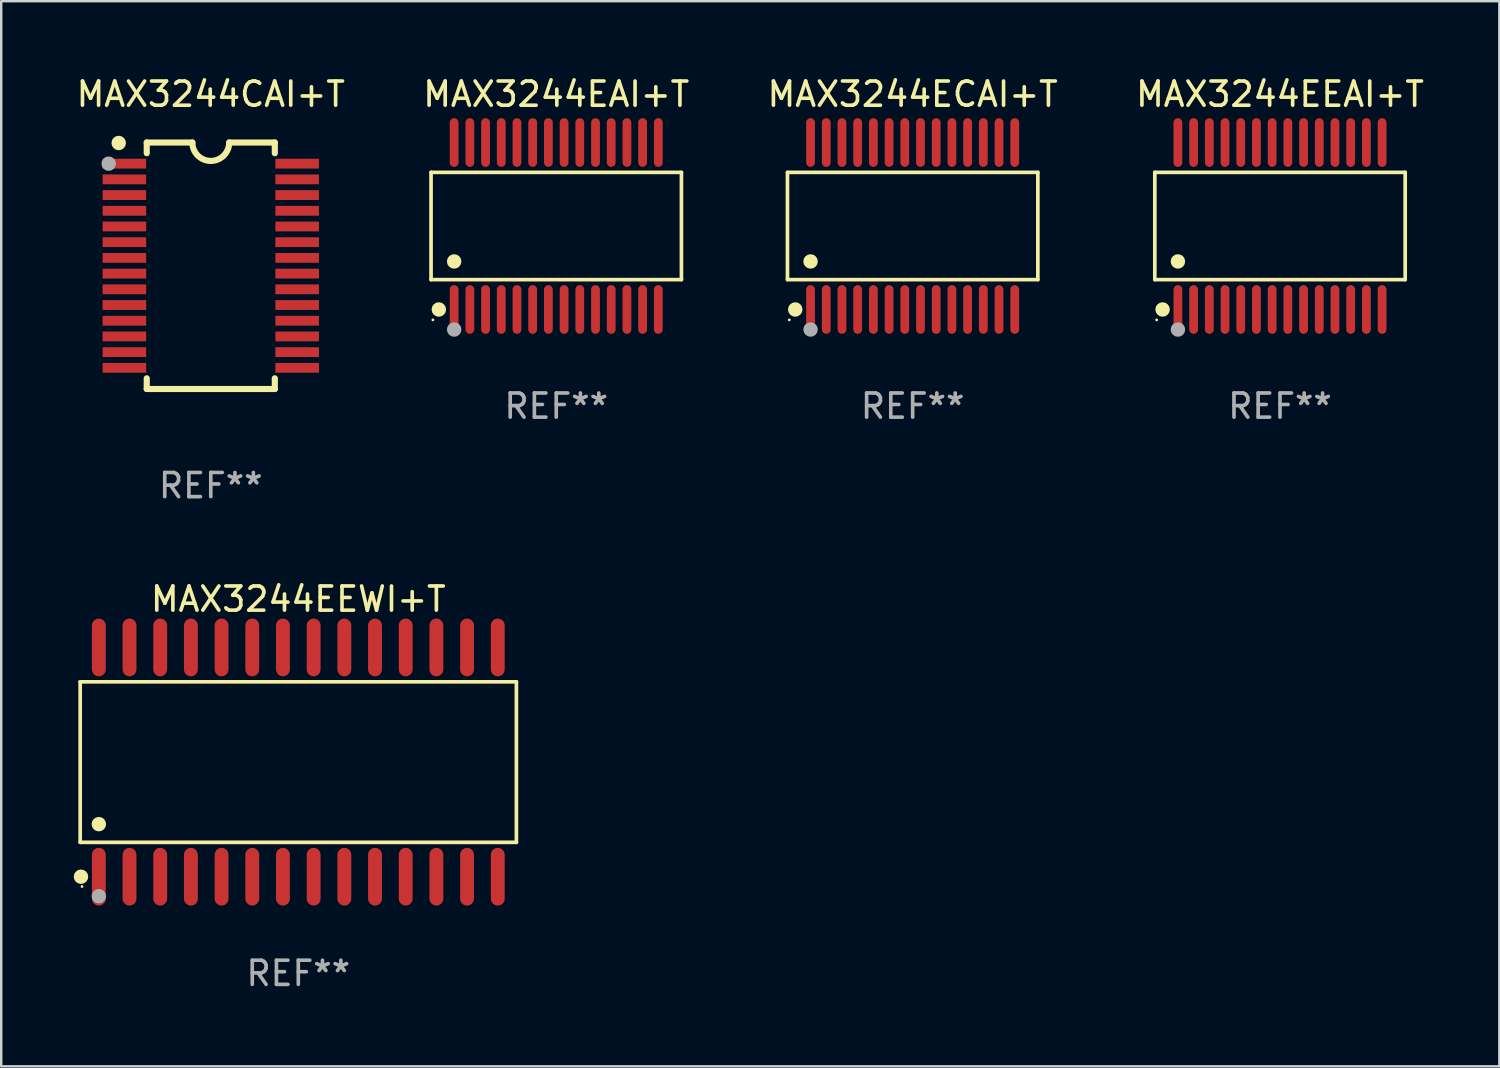
<source format=kicad_pcb>
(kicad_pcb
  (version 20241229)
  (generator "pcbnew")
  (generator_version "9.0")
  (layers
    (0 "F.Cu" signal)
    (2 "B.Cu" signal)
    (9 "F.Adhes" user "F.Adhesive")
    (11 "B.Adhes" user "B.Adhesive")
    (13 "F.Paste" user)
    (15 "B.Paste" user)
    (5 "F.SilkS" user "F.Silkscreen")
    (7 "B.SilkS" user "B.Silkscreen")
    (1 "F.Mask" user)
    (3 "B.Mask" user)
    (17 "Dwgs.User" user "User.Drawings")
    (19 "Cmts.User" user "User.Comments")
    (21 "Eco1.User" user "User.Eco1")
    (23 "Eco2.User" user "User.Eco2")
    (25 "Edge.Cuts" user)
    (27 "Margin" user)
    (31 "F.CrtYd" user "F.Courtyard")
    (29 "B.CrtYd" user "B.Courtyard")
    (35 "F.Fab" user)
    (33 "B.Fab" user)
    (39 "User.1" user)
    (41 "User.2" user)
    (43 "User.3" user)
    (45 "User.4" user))
  (footprint "MAX3244ECAI+T"
    (layer "F.Cu")
    (at 34.72 6.303)
    (property "Reference" "MAX3244ECAI+T" (at 0 -5.455 0) (layer "F.SilkS") (effects (font (size 1 1) (thickness 0.15))))
    (attr through_hole)
    (fp_line (start -5.181 -2.219) (end 5.181 -2.219) (stroke (width 0.152) (type solid)) (layer "F.SilkS"))
    (fp_line (start -5.181 2.219) (end -5.181 -2.219) (stroke (width 0.152) (type solid)) (layer "F.SilkS"))
    (fp_line (start 5.181 -2.219) (end 5.181 2.219) (stroke (width 0.152) (type solid)) (layer "F.SilkS"))
    (fp_line (start 5.181 2.219) (end -5.181 2.219) (stroke (width 0.152) (type solid)) (layer "F.SilkS"))
    (fp_circle (center -5.105 3.885) (end -5.075 3.885) (stroke (width 0.06) (type solid)) (fill no) (layer "F.SilkS"))
    (fp_circle (center -4.859 3.455) (end -4.709 3.455) (stroke (width 0.3) (type solid)) (fill no) (layer "F.SilkS"))
    (fp_circle (center -4.225 1.467) (end -4.075 1.467) (stroke (width 0.3) (type solid)) (fill no) (layer "F.SilkS"))
    (fp_circle (center -4.225 4.285) (end -4.075 4.285) (stroke (width 0.3) (type solid)) (fill no) (layer "F.Fab"))
    (fp_text user "REF**" (at 0 7.455 0) (layer "F.Fab") (effects (font (size 1 1) (thickness 0.15))))
    (pad "1" smd oval (at -4.225 3.455) (size 0.364 2.015) (layers "F.Cu" "F.Mask" "F.Paste"))
    (pad "2" smd oval (at -3.575 3.455) (size 0.364 2.015) (layers "F.Cu" "F.Mask" "F.Paste"))
    (pad "3" smd oval (at -2.925 3.455) (size 0.364 2.015) (layers "F.Cu" "F.Mask" "F.Paste"))
    (pad "4" smd oval (at -2.275 3.455) (size 0.364 2.015) (layers "F.Cu" "F.Mask" "F.Paste"))
    (pad "5" smd oval (at -1.625 3.455) (size 0.364 2.015) (layers "F.Cu" "F.Mask" "F.Paste"))
    (pad "6" smd oval (at -0.975 3.455) (size 0.364 2.015) (layers "F.Cu" "F.Mask" "F.Paste"))
    (pad "7" smd oval (at -0.325 3.455) (size 0.364 2.015) (layers "F.Cu" "F.Mask" "F.Paste"))
    (pad "8" smd oval (at 0.325 3.455) (size 0.364 2.015) (layers "F.Cu" "F.Mask" "F.Paste"))
    (pad "9" smd oval (at 0.975 3.455) (size 0.364 2.015) (layers "F.Cu" "F.Mask" "F.Paste"))
    (pad "10" smd oval (at 1.625 3.455) (size 0.364 2.015) (layers "F.Cu" "F.Mask" "F.Paste"))
    (pad "11" smd oval (at 2.275 3.455) (size 0.364 2.015) (layers "F.Cu" "F.Mask" "F.Paste"))
    (pad "12" smd oval (at 2.925 3.455) (size 0.364 2.015) (layers "F.Cu" "F.Mask" "F.Paste"))
    (pad "13" smd oval (at 3.575 3.455) (size 0.364 2.015) (layers "F.Cu" "F.Mask" "F.Paste"))
    (pad "14" smd oval (at 4.225 3.455) (size 0.364 2.015) (layers "F.Cu" "F.Mask" "F.Paste"))
    (pad "15" smd oval (at 4.225 -3.455) (size 0.364 2.015) (layers "F.Cu" "F.Mask" "F.Paste"))
    (pad "16" smd oval (at 3.575 -3.455) (size 0.364 2.015) (layers "F.Cu" "F.Mask" "F.Paste"))
    (pad "17" smd oval (at 2.925 -3.455) (size 0.364 2.015) (layers "F.Cu" "F.Mask" "F.Paste"))
    (pad "18" smd oval (at 2.275 -3.455) (size 0.364 2.015) (layers "F.Cu" "F.Mask" "F.Paste"))
    (pad "19" smd oval (at 1.625 -3.455) (size 0.364 2.015) (layers "F.Cu" "F.Mask" "F.Paste"))
    (pad "20" smd oval (at 0.975 -3.455) (size 0.364 2.015) (layers "F.Cu" "F.Mask" "F.Paste"))
    (pad "21" smd oval (at 0.325 -3.455) (size 0.364 2.015) (layers "F.Cu" "F.Mask" "F.Paste"))
    (pad "22" smd oval (at -0.325 -3.455) (size 0.364 2.015) (layers "F.Cu" "F.Mask" "F.Paste"))
    (pad "23" smd oval (at -0.975 -3.455) (size 0.364 2.015) (layers "F.Cu" "F.Mask" "F.Paste"))
    (pad "24" smd oval (at -1.625 -3.455) (size 0.364 2.015) (layers "F.Cu" "F.Mask" "F.Paste"))
    (pad "25" smd oval (at -2.275 -3.455) (size 0.364 2.015) (layers "F.Cu" "F.Mask" "F.Paste"))
    (pad "26" smd oval (at -2.925 -3.455) (size 0.364 2.015) (layers "F.Cu" "F.Mask" "F.Paste"))
    (pad "27" smd oval (at -3.575 -3.455) (size 0.364 2.015) (layers "F.Cu" "F.Mask" "F.Paste"))
    (pad "28" smd oval (at -4.225 -3.455) (size 0.364 2.015) (layers "F.Cu" "F.Mask" "F.Paste")))
  (footprint "MAX3244EEAI+T"
    (layer "F.Cu")
    (at 49.923 6.303)
    (property "Reference" "MAX3244EEAI+T" (at 0 -5.455 0) (layer "F.SilkS") (effects (font (size 1 1) (thickness 0.15))))
    (attr through_hole)
    (fp_line (start -5.181 -2.219) (end 5.181 -2.219) (stroke (width 0.152) (type solid)) (layer "F.SilkS"))
    (fp_line (start -5.181 2.219) (end -5.181 -2.219) (stroke (width 0.152) (type solid)) (layer "F.SilkS"))
    (fp_line (start 5.181 -2.219) (end 5.181 2.219) (stroke (width 0.152) (type solid)) (layer "F.SilkS"))
    (fp_line (start 5.181 2.219) (end -5.181 2.219) (stroke (width 0.152) (type solid)) (layer "F.SilkS"))
    (fp_circle (center -5.105 3.885) (end -5.075 3.885) (stroke (width 0.06) (type solid)) (fill no) (layer "F.SilkS"))
    (fp_circle (center -4.859 3.455) (end -4.709 3.455) (stroke (width 0.3) (type solid)) (fill no) (layer "F.SilkS"))
    (fp_circle (center -4.225 1.467) (end -4.075 1.467) (stroke (width 0.3) (type solid)) (fill no) (layer "F.SilkS"))
    (fp_circle (center -4.225 4.285) (end -4.075 4.285) (stroke (width 0.3) (type solid)) (fill no) (layer "F.Fab"))
    (fp_text user "REF**" (at 0 7.455 0) (layer "F.Fab") (effects (font (size 1 1) (thickness 0.15))))
    (pad "1" smd oval (at -4.225 3.455) (size 0.364 2.015) (layers "F.Cu" "F.Mask" "F.Paste"))
    (pad "2" smd oval (at -3.575 3.455) (size 0.364 2.015) (layers "F.Cu" "F.Mask" "F.Paste"))
    (pad "3" smd oval (at -2.925 3.455) (size 0.364 2.015) (layers "F.Cu" "F.Mask" "F.Paste"))
    (pad "4" smd oval (at -2.275 3.455) (size 0.364 2.015) (layers "F.Cu" "F.Mask" "F.Paste"))
    (pad "5" smd oval (at -1.625 3.455) (size 0.364 2.015) (layers "F.Cu" "F.Mask" "F.Paste"))
    (pad "6" smd oval (at -0.975 3.455) (size 0.364 2.015) (layers "F.Cu" "F.Mask" "F.Paste"))
    (pad "7" smd oval (at -0.325 3.455) (size 0.364 2.015) (layers "F.Cu" "F.Mask" "F.Paste"))
    (pad "8" smd oval (at 0.325 3.455) (size 0.364 2.015) (layers "F.Cu" "F.Mask" "F.Paste"))
    (pad "9" smd oval (at 0.975 3.455) (size 0.364 2.015) (layers "F.Cu" "F.Mask" "F.Paste"))
    (pad "10" smd oval (at 1.625 3.455) (size 0.364 2.015) (layers "F.Cu" "F.Mask" "F.Paste"))
    (pad "11" smd oval (at 2.275 3.455) (size 0.364 2.015) (layers "F.Cu" "F.Mask" "F.Paste"))
    (pad "12" smd oval (at 2.925 3.455) (size 0.364 2.015) (layers "F.Cu" "F.Mask" "F.Paste"))
    (pad "13" smd oval (at 3.575 3.455) (size 0.364 2.015) (layers "F.Cu" "F.Mask" "F.Paste"))
    (pad "14" smd oval (at 4.225 3.455) (size 0.364 2.015) (layers "F.Cu" "F.Mask" "F.Paste"))
    (pad "15" smd oval (at 4.225 -3.455) (size 0.364 2.015) (layers "F.Cu" "F.Mask" "F.Paste"))
    (pad "16" smd oval (at 3.575 -3.455) (size 0.364 2.015) (layers "F.Cu" "F.Mask" "F.Paste"))
    (pad "17" smd oval (at 2.925 -3.455) (size 0.364 2.015) (layers "F.Cu" "F.Mask" "F.Paste"))
    (pad "18" smd oval (at 2.275 -3.455) (size 0.364 2.015) (layers "F.Cu" "F.Mask" "F.Paste"))
    (pad "19" smd oval (at 1.625 -3.455) (size 0.364 2.015) (layers "F.Cu" "F.Mask" "F.Paste"))
    (pad "20" smd oval (at 0.975 -3.455) (size 0.364 2.015) (layers "F.Cu" "F.Mask" "F.Paste"))
    (pad "21" smd oval (at 0.325 -3.455) (size 0.364 2.015) (layers "F.Cu" "F.Mask" "F.Paste"))
    (pad "22" smd oval (at -0.325 -3.455) (size 0.364 2.015) (layers "F.Cu" "F.Mask" "F.Paste"))
    (pad "23" smd oval (at -0.975 -3.455) (size 0.364 2.015) (layers "F.Cu" "F.Mask" "F.Paste"))
    (pad "24" smd oval (at -1.625 -3.455) (size 0.364 2.015) (layers "F.Cu" "F.Mask" "F.Paste"))
    (pad "25" smd oval (at -2.275 -3.455) (size 0.364 2.015) (layers "F.Cu" "F.Mask" "F.Paste"))
    (pad "26" smd oval (at -2.925 -3.455) (size 0.364 2.015) (layers "F.Cu" "F.Mask" "F.Paste"))
    (pad "27" smd oval (at -3.575 -3.455) (size 0.364 2.015) (layers "F.Cu" "F.Mask" "F.Paste"))
    (pad "28" smd oval (at -4.225 -3.455) (size 0.364 2.015) (layers "F.Cu" "F.Mask" "F.Paste")))
  (footprint "MAX3244CAI+T"
    (layer "F.Cu")
    (at 5.673 7.948)
    (property "Reference" "MAX3244CAI+T" (at 0 -7.1 0) (layer "F.SilkS") (effects (font (size 1 1) (thickness 0.15))))
    (attr through_hole)
    (fp_line (start -2.65 -5.1) (end -0.762 -5.1) (stroke (width 0.254) (type solid)) (layer "F.SilkS"))
    (fp_line (start -2.65 -4.658) (end -2.65 -5.1) (stroke (width 0.254) (type solid)) (layer "F.SilkS"))
    (fp_line (start -2.65 5.1) (end -2.65 4.658) (stroke (width 0.254) (type solid)) (layer "F.SilkS"))
    (fp_line (start -2.65 5.1) (end 2.65 5.1) (stroke (width 0.254) (type solid)) (layer "F.SilkS"))
    (fp_line (start 2.65 -5.1) (end 0.762 -5.1) (stroke (width 0.254) (type solid)) (layer "F.SilkS"))
    (fp_line (start 2.65 -5.1) (end 2.65 -4.658) (stroke (width 0.254) (type solid)) (layer "F.SilkS"))
    (fp_line (start 2.65 4.658) (end 2.65 5.1) (stroke (width 0.254) (type solid)) (layer "F.SilkS"))
    (fp_arc (start 0.761925 -5.1) (mid -0.000241 -4.338329) (end -0.762077 -5.10033) (stroke (width 0.254001) (type solid)) (layer "F.SilkS"))
    (fp_circle (center -3.858 -5.07) (end -3.828 -5.07) (stroke (width 0.06) (type solid)) (fill no) (layer "F.SilkS"))
    (fp_circle (center -3.81 -5.08) (end -3.66 -5.08) (stroke (width 0.3) (type solid)) (fill no) (layer "F.SilkS"))
    (fp_circle (center -4.225 -4.225) (end -4.075 -4.225) (stroke (width 0.3) (type solid)) (fill no) (layer "F.Fab"))
    (fp_text user "REF**" (at 0 9.1 0) (layer "F.Fab") (effects (font (size 1 1) (thickness 0.15))))
    (pad "1" smd rect (at -3.575 -4.225) (size 1.803 0.406) (layers "F.Cu" "F.Mask" "F.Paste"))
    (pad "2" smd rect (at -3.575 -3.575) (size 1.803 0.406) (layers "F.Cu" "F.Mask" "F.Paste"))
    (pad "3" smd rect (at -3.575 -2.925) (size 1.803 0.406) (layers "F.Cu" "F.Mask" "F.Paste"))
    (pad "4" smd rect (at -3.575 -2.275) (size 1.803 0.406) (layers "F.Cu" "F.Mask" "F.Paste"))
    (pad "5" smd rect (at -3.575 -1.625) (size 1.803 0.406) (layers "F.Cu" "F.Mask" "F.Paste"))
    (pad "6" smd rect (at -3.575 -0.975) (size 1.803 0.406) (layers "F.Cu" "F.Mask" "F.Paste"))
    (pad "7" smd rect (at -3.575 -0.325) (size 1.803 0.406) (layers "F.Cu" "F.Mask" "F.Paste"))
    (pad "8" smd rect (at -3.575 0.325) (size 1.803 0.406) (layers "F.Cu" "F.Mask" "F.Paste"))
    (pad "9" smd rect (at -3.575 0.975) (size 1.803 0.406) (layers "F.Cu" "F.Mask" "F.Paste"))
    (pad "10" smd rect (at -3.575 1.625) (size 1.803 0.406) (layers "F.Cu" "F.Mask" "F.Paste"))
    (pad "11" smd rect (at -3.575 2.275) (size 1.803 0.406) (layers "F.Cu" "F.Mask" "F.Paste"))
    (pad "12" smd rect (at -3.575 2.925) (size 1.803 0.406) (layers "F.Cu" "F.Mask" "F.Paste"))
    (pad "13" smd rect (at -3.575 3.575) (size 1.803 0.406) (layers "F.Cu" "F.Mask" "F.Paste"))
    (pad "14" smd rect (at -3.575 4.225) (size 1.803 0.406) (layers "F.Cu" "F.Mask" "F.Paste"))
    (pad "15" smd rect (at 3.575 4.225) (size 1.803 0.406) (layers "F.Cu" "F.Mask" "F.Paste"))
    (pad "16" smd rect (at 3.575 3.575) (size 1.803 0.406) (layers "F.Cu" "F.Mask" "F.Paste"))
    (pad "17" smd rect (at 3.575 2.925) (size 1.803 0.406) (layers "F.Cu" "F.Mask" "F.Paste"))
    (pad "18" smd rect (at 3.575 2.275) (size 1.803 0.406) (layers "F.Cu" "F.Mask" "F.Paste"))
    (pad "19" smd rect (at 3.575 1.625) (size 1.803 0.406) (layers "F.Cu" "F.Mask" "F.Paste"))
    (pad "20" smd rect (at 3.575 0.975) (size 1.803 0.406) (layers "F.Cu" "F.Mask" "F.Paste"))
    (pad "21" smd rect (at 3.575 0.325) (size 1.803 0.406) (layers "F.Cu" "F.Mask" "F.Paste"))
    (pad "22" smd rect (at 3.575 -0.325) (size 1.803 0.406) (layers "F.Cu" "F.Mask" "F.Paste"))
    (pad "23" smd rect (at 3.575 -0.975) (size 1.803 0.406) (layers "F.Cu" "F.Mask" "F.Paste"))
    (pad "24" smd rect (at 3.575 -1.625) (size 1.803 0.406) (layers "F.Cu" "F.Mask" "F.Paste"))
    (pad "25" smd rect (at 3.575 -2.275) (size 1.803 0.406) (layers "F.Cu" "F.Mask" "F.Paste"))
    (pad "26" smd rect (at 3.575 -2.925) (size 1.803 0.406) (layers "F.Cu" "F.Mask" "F.Paste"))
    (pad "27" smd rect (at 3.575 -3.575) (size 1.803 0.406) (layers "F.Cu" "F.Mask" "F.Paste"))
    (pad "28" smd rect (at 3.575 -4.225) (size 1.803 0.406) (layers "F.Cu" "F.Mask" "F.Paste")))
  (footprint "MAX3244EAI+T"
    (layer "F.Cu")
    (at 19.97 6.303)
    (property "Reference" "MAX3244EAI+T" (at 0 -5.455 0) (layer "F.SilkS") (effects (font (size 1 1) (thickness 0.15))))
    (attr through_hole)
    (fp_line (start -5.181 -2.219) (end 5.181 -2.219) (stroke (width 0.152) (type solid)) (layer "F.SilkS"))
    (fp_line (start -5.181 2.219) (end -5.181 -2.219) (stroke (width 0.152) (type solid)) (layer "F.SilkS"))
    (fp_line (start 5.181 -2.219) (end 5.181 2.219) (stroke (width 0.152) (type solid)) (layer "F.SilkS"))
    (fp_line (start 5.181 2.219) (end -5.181 2.219) (stroke (width 0.152) (type solid)) (layer "F.SilkS"))
    (fp_circle (center -5.105 3.885) (end -5.075 3.885) (stroke (width 0.06) (type solid)) (fill no) (layer "F.SilkS"))
    (fp_circle (center -4.859 3.455) (end -4.709 3.455) (stroke (width 0.3) (type solid)) (fill no) (layer "F.SilkS"))
    (fp_circle (center -4.225 1.467) (end -4.075 1.467) (stroke (width 0.3) (type solid)) (fill no) (layer "F.SilkS"))
    (fp_circle (center -4.225 4.285) (end -4.075 4.285) (stroke (width 0.3) (type solid)) (fill no) (layer "F.Fab"))
    (fp_text user "REF**" (at 0 7.455 0) (layer "F.Fab") (effects (font (size 1 1) (thickness 0.15))))
    (pad "1" smd oval (at -4.225 3.455) (size 0.364 2.015) (layers "F.Cu" "F.Mask" "F.Paste"))
    (pad "2" smd oval (at -3.575 3.455) (size 0.364 2.015) (layers "F.Cu" "F.Mask" "F.Paste"))
    (pad "3" smd oval (at -2.925 3.455) (size 0.364 2.015) (layers "F.Cu" "F.Mask" "F.Paste"))
    (pad "4" smd oval (at -2.275 3.455) (size 0.364 2.015) (layers "F.Cu" "F.Mask" "F.Paste"))
    (pad "5" smd oval (at -1.625 3.455) (size 0.364 2.015) (layers "F.Cu" "F.Mask" "F.Paste"))
    (pad "6" smd oval (at -0.975 3.455) (size 0.364 2.015) (layers "F.Cu" "F.Mask" "F.Paste"))
    (pad "7" smd oval (at -0.325 3.455) (size 0.364 2.015) (layers "F.Cu" "F.Mask" "F.Paste"))
    (pad "8" smd oval (at 0.325 3.455) (size 0.364 2.015) (layers "F.Cu" "F.Mask" "F.Paste"))
    (pad "9" smd oval (at 0.975 3.455) (size 0.364 2.015) (layers "F.Cu" "F.Mask" "F.Paste"))
    (pad "10" smd oval (at 1.625 3.455) (size 0.364 2.015) (layers "F.Cu" "F.Mask" "F.Paste"))
    (pad "11" smd oval (at 2.275 3.455) (size 0.364 2.015) (layers "F.Cu" "F.Mask" "F.Paste"))
    (pad "12" smd oval (at 2.925 3.455) (size 0.364 2.015) (layers "F.Cu" "F.Mask" "F.Paste"))
    (pad "13" smd oval (at 3.575 3.455) (size 0.364 2.015) (layers "F.Cu" "F.Mask" "F.Paste"))
    (pad "14" smd oval (at 4.225 3.455) (size 0.364 2.015) (layers "F.Cu" "F.Mask" "F.Paste"))
    (pad "15" smd oval (at 4.225 -3.455) (size 0.364 2.015) (layers "F.Cu" "F.Mask" "F.Paste"))
    (pad "16" smd oval (at 3.575 -3.455) (size 0.364 2.015) (layers "F.Cu" "F.Mask" "F.Paste"))
    (pad "17" smd oval (at 2.925 -3.455) (size 0.364 2.015) (layers "F.Cu" "F.Mask" "F.Paste"))
    (pad "18" smd oval (at 2.275 -3.455) (size 0.364 2.015) (layers "F.Cu" "F.Mask" "F.Paste"))
    (pad "19" smd oval (at 1.625 -3.455) (size 0.364 2.015) (layers "F.Cu" "F.Mask" "F.Paste"))
    (pad "20" smd oval (at 0.975 -3.455) (size 0.364 2.015) (layers "F.Cu" "F.Mask" "F.Paste"))
    (pad "21" smd oval (at 0.325 -3.455) (size 0.364 2.015) (layers "F.Cu" "F.Mask" "F.Paste"))
    (pad "22" smd oval (at -0.325 -3.455) (size 0.364 2.015) (layers "F.Cu" "F.Mask" "F.Paste"))
    (pad "23" smd oval (at -0.975 -3.455) (size 0.364 2.015) (layers "F.Cu" "F.Mask" "F.Paste"))
    (pad "24" smd oval (at -1.625 -3.455) (size 0.364 2.015) (layers "F.Cu" "F.Mask" "F.Paste"))
    (pad "25" smd oval (at -2.275 -3.455) (size 0.364 2.015) (layers "F.Cu" "F.Mask" "F.Paste"))
    (pad "26" smd oval (at -2.925 -3.455) (size 0.364 2.015) (layers "F.Cu" "F.Mask" "F.Paste"))
    (pad "27" smd oval (at -3.575 -3.455) (size 0.364 2.015) (layers "F.Cu" "F.Mask" "F.Paste"))
    (pad "28" smd oval (at -4.225 -3.455) (size 0.364 2.015) (layers "F.Cu" "F.Mask" "F.Paste")))
  (footprint "MAX3244EEWI+T"
    (layer "F.Cu")
    (at 9.295 28.489)
    (property "Reference" "MAX3244EEWI+T" (at 0 -6.744 0) (layer "F.SilkS") (effects (font (size 1 1) (thickness 0.15))))
    (attr through_hole)
    (fp_line (start -9.026 -3.321) (end 9.026 -3.321) (stroke (width 0.152) (type solid)) (layer "F.SilkS"))
    (fp_line (start -9.026 3.321) (end -9.026 -3.321) (stroke (width 0.152) (type solid)) (layer "F.SilkS"))
    (fp_line (start 9.026 -3.321) (end 9.026 3.321) (stroke (width 0.152) (type solid)) (layer "F.SilkS"))
    (fp_line (start 9.026 3.321) (end -9.026 3.321) (stroke (width 0.152) (type solid)) (layer "F.SilkS"))
    (fp_circle (center -8.994 4.744) (end -8.844 4.744) (stroke (width 0.3) (type solid)) (fill no) (layer "F.SilkS"))
    (fp_circle (center -8.95 5.15) (end -8.92 5.15) (stroke (width 0.06) (type solid)) (fill no) (layer "F.SilkS"))
    (fp_circle (center -8.255 2.569) (end -8.105 2.569) (stroke (width 0.3) (type solid)) (fill no) (layer "F.SilkS"))
    (fp_circle (center -8.255 5.55) (end -8.105 5.55) (stroke (width 0.3) (type solid)) (fill no) (layer "F.Fab"))
    (fp_text user "REF**" (at 0 8.744 0) (layer "F.Fab") (effects (font (size 1 1) (thickness 0.15))))
    (pad "1" smd oval (at -8.255 4.744) (size 0.574 2.388) (layers "F.Cu" "F.Mask" "F.Paste"))
    (pad "2" smd oval (at -6.985 4.744) (size 0.574 2.388) (layers "F.Cu" "F.Mask" "F.Paste"))
    (pad "3" smd oval (at -5.715 4.744) (size 0.574 2.388) (layers "F.Cu" "F.Mask" "F.Paste"))
    (pad "4" smd oval (at -4.445 4.744) (size 0.574 2.388) (layers "F.Cu" "F.Mask" "F.Paste"))
    (pad "5" smd oval (at -3.175 4.744) (size 0.574 2.388) (layers "F.Cu" "F.Mask" "F.Paste"))
    (pad "6" smd oval (at -1.905 4.744) (size 0.574 2.388) (layers "F.Cu" "F.Mask" "F.Paste"))
    (pad "7" smd oval (at -0.635 4.744) (size 0.574 2.388) (layers "F.Cu" "F.Mask" "F.Paste"))
    (pad "8" smd oval (at 0.635 4.744) (size 0.574 2.388) (layers "F.Cu" "F.Mask" "F.Paste"))
    (pad "9" smd oval (at 1.905 4.744) (size 0.574 2.388) (layers "F.Cu" "F.Mask" "F.Paste"))
    (pad "10" smd oval (at 3.175 4.744) (size 0.574 2.388) (layers "F.Cu" "F.Mask" "F.Paste"))
    (pad "11" smd oval (at 4.445 4.744) (size 0.574 2.388) (layers "F.Cu" "F.Mask" "F.Paste"))
    (pad "12" smd oval (at 5.715 4.744) (size 0.574 2.388) (layers "F.Cu" "F.Mask" "F.Paste"))
    (pad "13" smd oval (at 6.985 4.744) (size 0.574 2.388) (layers "F.Cu" "F.Mask" "F.Paste"))
    (pad "14" smd oval (at 8.255 4.744) (size 0.574 2.388) (layers "F.Cu" "F.Mask" "F.Paste"))
    (pad "15" smd oval (at 8.255 -4.744) (size 0.574 2.388) (layers "F.Cu" "F.Mask" "F.Paste"))
    (pad "16" smd oval (at 6.985 -4.744) (size 0.574 2.388) (layers "F.Cu" "F.Mask" "F.Paste"))
    (pad "17" smd oval (at 5.715 -4.744) (size 0.574 2.388) (layers "F.Cu" "F.Mask" "F.Paste"))
    (pad "18" smd oval (at 4.445 -4.744) (size 0.574 2.388) (layers "F.Cu" "F.Mask" "F.Paste"))
    (pad "19" smd oval (at 3.175 -4.744) (size 0.574 2.388) (layers "F.Cu" "F.Mask" "F.Paste"))
    (pad "20" smd oval (at 1.905 -4.744) (size 0.574 2.388) (layers "F.Cu" "F.Mask" "F.Paste"))
    (pad "21" smd oval (at 0.635 -4.744) (size 0.574 2.388) (layers "F.Cu" "F.Mask" "F.Paste"))
    (pad "22" smd oval (at -0.635 -4.744) (size 0.574 2.388) (layers "F.Cu" "F.Mask" "F.Paste"))
    (pad "23" smd oval (at -1.905 -4.744) (size 0.574 2.388) (layers "F.Cu" "F.Mask" "F.Paste"))
    (pad "24" smd oval (at -3.175 -4.744) (size 0.574 2.388) (layers "F.Cu" "F.Mask" "F.Paste"))
    (pad "25" smd oval (at -4.445 -4.744) (size 0.574 2.388) (layers "F.Cu" "F.Mask" "F.Paste"))
    (pad "26" smd oval (at -5.715 -4.744) (size 0.574 2.388) (layers "F.Cu" "F.Mask" "F.Paste"))
    (pad "27" smd oval (at -6.985 -4.744) (size 0.574 2.388) (layers "F.Cu" "F.Mask" "F.Paste"))
    (pad "28" smd oval (at -8.255 -4.744) (size 0.574 2.388) (layers "F.Cu" "F.Mask" "F.Paste")))
  (gr_rect
    (start -3 -3)
    (end 59 41.081)
    (stroke (width 0.1) (type default))
    (fill no)
    (layer "Edge.Cuts")))
</source>
